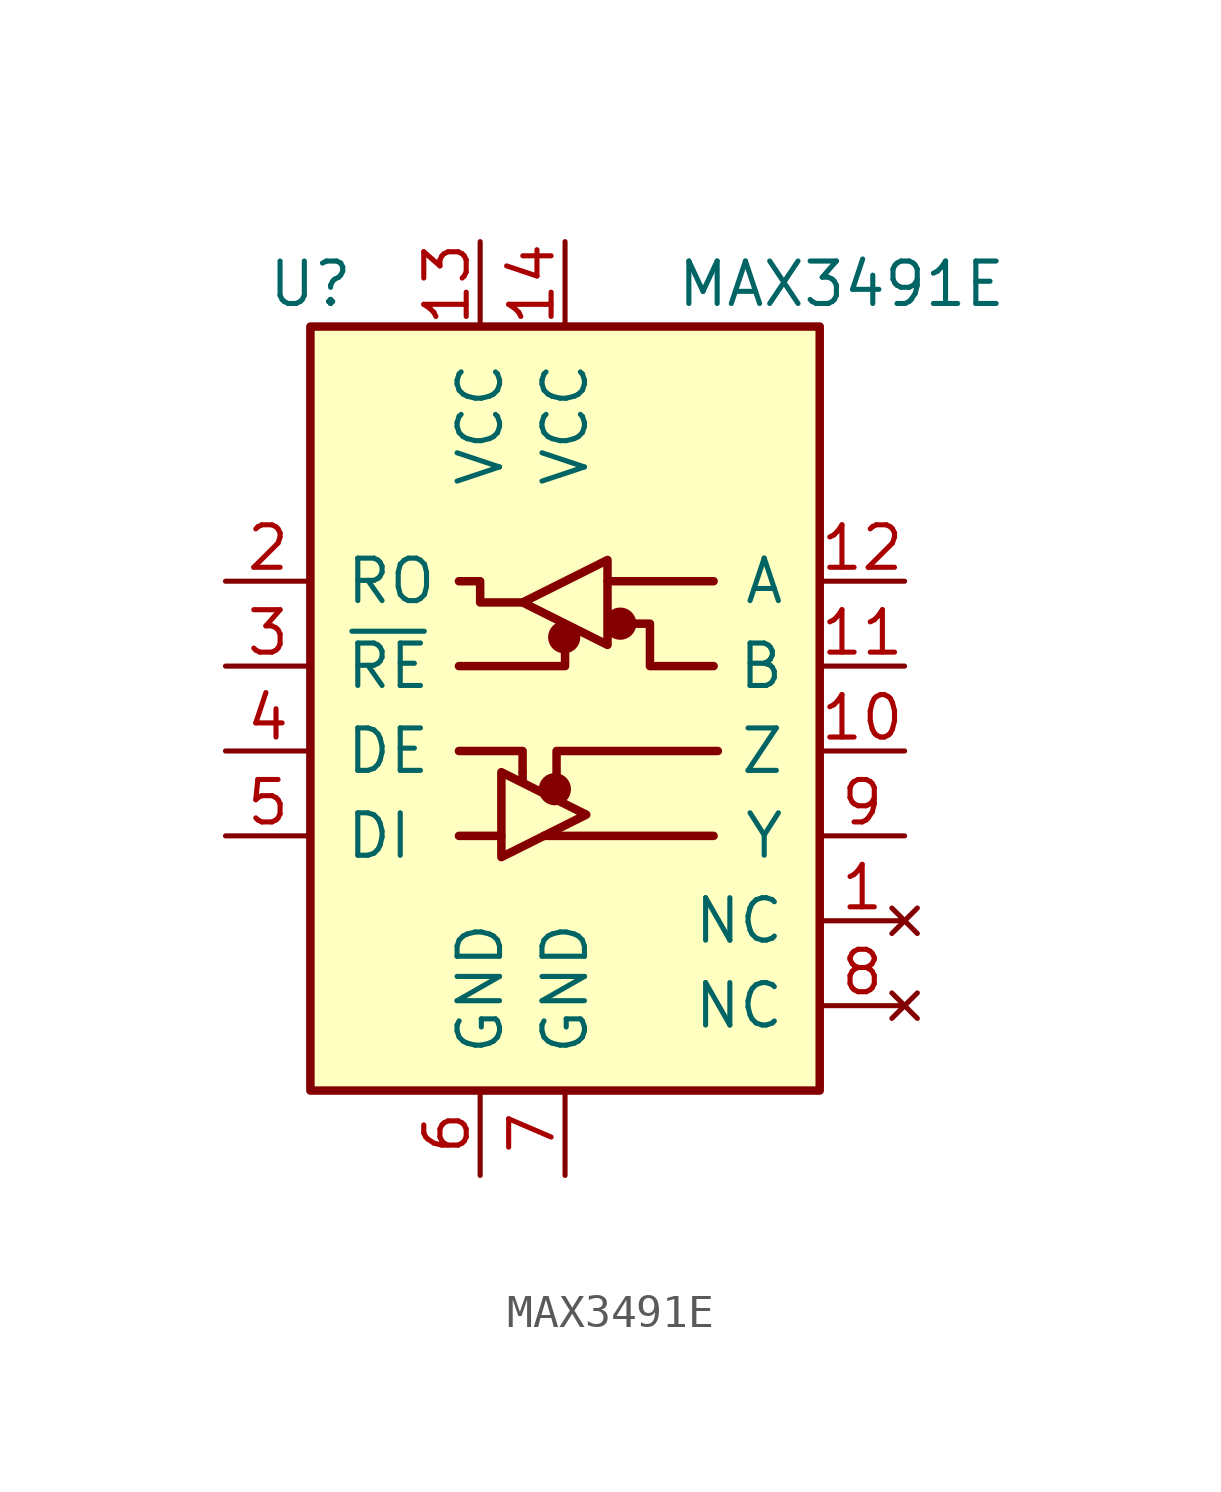
<source format=kicad_sym>
(kicad_symbol_lib
  (version 20211014)
  (generator kicad_symbol_editor)
  (symbol "MAX3491E"
    (pin_names
      (offset 1.016))
    (property "Reference" "U"
      (at -7.62 11.43 0)
      (effects (font (size 1.27 1.27))))
    (property "Value" "MAX3491E"
      (at 3.302 11.43 0)
      (effects (font (size 1.27 1.27)) (justify left)))
    (symbol "MAX3491E_0_1"
      (rectangle (start -7.62 10.16) (end 7.62 -12.7) (stroke (width 0.254) (type default) (color 0 0 0 0)) (fill (type background)))
      (circle (center -0.305 -3.683) (radius 0.356) (stroke (width 0.254) (type default) (color 0 0 0 0)) (fill (type outline)))
      (circle (center -0.025 0.864) (radius 0.356) (stroke (width 0.254) (type default) (color 0 0 0 0)) (fill (type outline)))
      (polyline (pts (xy -3.175 -5.08) (xy -1.905 -5.08)) (stroke (width 0.254) (type default) (color 0 0 0 0)) (fill (type none)))
      (polyline (pts (xy -1.27 -3.2) (xy -1.27 -3.454)) (stroke (width 0.254) (type default) (color 0 0 0 0)) (fill (type none)))
      (polyline (pts (xy -0.635 -5.08) (xy 4.445 -5.08)) (stroke (width 0.254) (type default) (color 0 0 0 0)) (fill (type none)))
      (polyline (pts (xy 1.27 2.54) (xy 4.445 2.54)) (stroke (width 0.254) (type default) (color 0 0 0 0)) (fill (type none)))
      (polyline (pts (xy -3.175 -2.54) (xy -1.27 -2.54) (xy -1.27 -3.175)) (stroke (width 0.254) (type default) (color 0 0 0 0)) (fill (type none)))
      (polyline (pts (xy -0.254 -3.556) (xy -0.254 -2.54) (xy 4.572 -2.54)) (stroke (width 0.254) (type default) (color 0 0 0 0)) (fill (type none)))
      (polyline (pts (xy 0 0.635) (xy 0 0) (xy -3.175 0)) (stroke (width 0.254) (type default) (color 0 0 0 0)) (fill (type none)))
      (polyline (pts (xy -1.905 -3.175) (xy -1.905 -5.715) (xy 0.635 -4.445) (xy -1.905 -3.175)) (stroke (width 0.254) (type default) (color 0 0 0 0)) (fill (type none)))
      (polyline (pts (xy -1.27 1.905) (xy -2.54 1.905) (xy -2.54 2.54) (xy -3.175 2.54)) (stroke (width 0.254) (type default) (color 0 0 0 0)) (fill (type none)))
      (polyline (pts (xy -1.27 1.905) (xy 1.27 3.175) (xy 1.27 0.635) (xy -1.27 1.905)) (stroke (width 0.254) (type default) (color 0 0 0 0)) (fill (type none)))
      (polyline (pts (xy 1.905 1.27) (xy 2.54 1.27) (xy 2.54 0) (xy 4.445 0)) (stroke (width 0.254) (type default) (color 0 0 0 0)) (fill (type none)))
      (circle (center 1.651 1.27) (radius 0.356) (stroke (width 0.254) (type default) (color 0 0 0 0)) (fill (type outline))))
    (symbol "MAX3491E_1_1"
      (pin no_connect line (at 10.16 -7.62 180) (length 2.54) (name "NC" (effects (font (size 1.27 1.27)))) (number "1" (effects (font (size 1.27 1.27)))))
      (pin output line (at 10.16 -2.54 180) (length 2.54) (name "Z" (effects (font (size 1.27 1.27)))) (number "10" (effects (font (size 1.27 1.27)))))
      (pin input line (at 10.16 0 180) (length 2.54) (name "B" (effects (font (size 1.27 1.27)))) (number "11" (effects (font (size 1.27 1.27)))))
      (pin input line (at 10.16 2.54 180) (length 2.54) (name "A" (effects (font (size 1.27 1.27)))) (number "12" (effects (font (size 1.27 1.27)))))
      (pin power_in line (at -2.54 12.7 270) (length 2.54) (name "VCC" (effects (font (size 1.27 1.27)))) (number "13" (effects (font (size 1.27 1.27)))))
      (pin power_in line (at 0 12.7 270) (length 2.54) (name "VCC" (effects (font (size 1.27 1.27)))) (number "14" (effects (font (size 1.27 1.27)))))
      (pin output line (at -10.16 2.54 0) (length 2.54) (name "RO" (effects (font (size 1.27 1.27)))) (number "2" (effects (font (size 1.27 1.27)))))
      (pin input line (at -10.16 0 0) (length 2.54) (name "~{RE}" (effects (font (size 1.27 1.27)))) (number "3" (effects (font (size 1.27 1.27)))))
      (pin input line (at -10.16 -2.54 0) (length 2.54) (name "DE" (effects (font (size 1.27 1.27)))) (number "4" (effects (font (size 1.27 1.27)))))
      (pin input line (at -10.16 -5.08 0) (length 2.54) (name "DI" (effects (font (size 1.27 1.27)))) (number "5" (effects (font (size 1.27 1.27)))))
      (pin power_in line (at -2.54 -15.24 90) (length 2.54) (name "GND" (effects (font (size 1.27 1.27)))) (number "6" (effects (font (size 1.27 1.27)))))
      (pin power_in line (at 0 -15.24 90) (length 2.54) (name "GND" (effects (font (size 1.27 1.27)))) (number "7" (effects (font (size 1.27 1.27)))))
      (pin no_connect line (at 10.16 -10.16 180) (length 2.54) (name "NC" (effects (font (size 1.27 1.27)))) (number "8" (effects (font (size 1.27 1.27)))))
      (pin output line (at 10.16 -5.08 180) (length 2.54) (name "Y" (effects (font (size 1.27 1.27)))) (number "9" (effects (font (size 1.27 1.27))))))))
</source>
